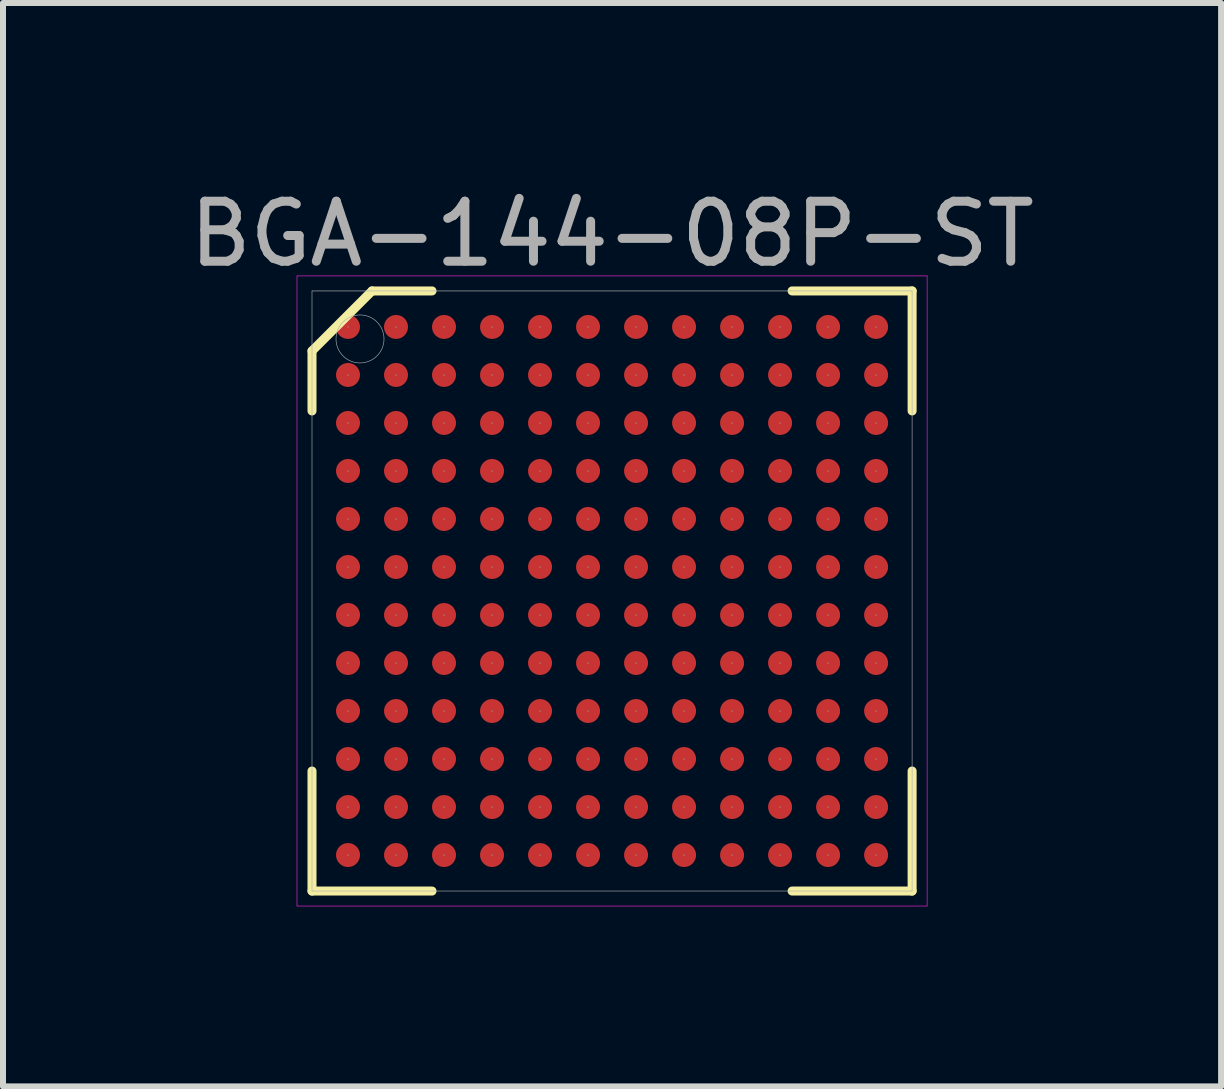
<source format=kicad_pcb>
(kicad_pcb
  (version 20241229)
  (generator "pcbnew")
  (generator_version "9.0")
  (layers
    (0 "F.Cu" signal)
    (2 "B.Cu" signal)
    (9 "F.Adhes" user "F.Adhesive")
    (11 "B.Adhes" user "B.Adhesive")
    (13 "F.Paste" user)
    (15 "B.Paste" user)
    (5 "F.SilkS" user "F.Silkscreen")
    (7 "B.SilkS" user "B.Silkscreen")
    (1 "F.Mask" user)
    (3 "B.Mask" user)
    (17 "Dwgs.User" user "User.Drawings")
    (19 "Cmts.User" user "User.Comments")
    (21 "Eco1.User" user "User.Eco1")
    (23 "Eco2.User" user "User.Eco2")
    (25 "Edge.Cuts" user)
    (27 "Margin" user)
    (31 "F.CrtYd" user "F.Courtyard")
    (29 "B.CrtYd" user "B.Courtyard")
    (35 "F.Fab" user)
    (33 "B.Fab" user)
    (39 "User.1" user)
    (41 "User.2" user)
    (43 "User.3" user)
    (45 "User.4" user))
  (footprint "BGA-144-08P-ST"
    (layer "F.Cu")
    (at 7.149 6.798)
    (property "Reference" "BGA-144-08P-ST" (at 0 -5.95 0) (layer "F.Fab") (effects (font (size 1 1) (thickness 0.15))))
    (attr through_hole)
    (fp_line (start -5 -4) (end -4 -5) (stroke (width 0.15) (type solid)) (layer "F.SilkS"))
    (fp_line (start -5 -3) (end -5 -4) (stroke (width 0.15) (type solid)) (layer "F.SilkS"))
    (fp_line (start -5 5) (end -5 3) (stroke (width 0.15) (type solid)) (layer "F.SilkS"))
    (fp_line (start -3 -5) (end -4 -5) (stroke (width 0.15) (type solid)) (layer "F.SilkS"))
    (fp_line (start -3 5) (end -5 5) (stroke (width 0.15) (type solid)) (layer "F.SilkS"))
    (fp_line (start 3 -5) (end 5 -5) (stroke (width 0.15) (type solid)) (layer "F.SilkS"))
    (fp_line (start 3 5) (end 5 5) (stroke (width 0.15) (type solid)) (layer "F.SilkS"))
    (fp_line (start 5 -5) (end 5 -3) (stroke (width 0.15) (type solid)) (layer "F.SilkS"))
    (fp_line (start 5 5) (end 5 3) (stroke (width 0.15) (type solid)) (layer "F.SilkS"))
    (fp_line (start -5.25 -5.25) (end 5.25 -5.25) (stroke (width 0.01) (type solid)) (layer "F.CrtYd"))
    (fp_line (start -5.25 5.25) (end -5.25 -5.25) (stroke (width 0.01) (type solid)) (layer "F.CrtYd"))
    (fp_line (start 5.25 -5.25) (end 5.25 5.25) (stroke (width 0.01) (type solid)) (layer "F.CrtYd"))
    (fp_line (start 5.25 5.25) (end -5.25 5.25) (stroke (width 0.01) (type solid)) (layer "F.CrtYd"))
    (fp_line (start -5 -5) (end 5 -5) (stroke (width 0.01) (type solid)) (layer "F.Fab"))
    (fp_line (start -5 5) (end -5 -5) (stroke (width 0.01) (type solid)) (layer "F.Fab"))
    (fp_line (start 5 -5) (end 5 5) (stroke (width 0.01) (type solid)) (layer "F.Fab"))
    (fp_line (start 5 5) (end -5 5) (stroke (width 0.01) (type solid)) (layer "F.Fab"))
    (fp_circle (center -4.4 -4.4) (end -4.4 -4.4) (stroke (width 0.01) (type solid)) (fill no) (layer "F.Fab"))
    (fp_circle (center -4.4 -3.6) (end -4.4 -3.6) (stroke (width 0.01) (type solid)) (fill no) (layer "F.Fab"))
    (fp_circle (center -4.4 -2.8) (end -4.4 -2.8) (stroke (width 0.01) (type solid)) (fill no) (layer "F.Fab"))
    (fp_circle (center -4.4 -2) (end -4.4 -2) (stroke (width 0.01) (type solid)) (fill no) (layer "F.Fab"))
    (fp_circle (center -4.4 -1.2) (end -4.4 -1.2) (stroke (width 0.01) (type solid)) (fill no) (layer "F.Fab"))
    (fp_circle (center -4.4 -0.4) (end -4.4 -0.4) (stroke (width 0.01) (type solid)) (fill no) (layer "F.Fab"))
    (fp_circle (center -4.4 0.4) (end -4.4 0.4) (stroke (width 0.01) (type solid)) (fill no) (layer "F.Fab"))
    (fp_circle (center -4.4 1.2) (end -4.4 1.2) (stroke (width 0.01) (type solid)) (fill no) (layer "F.Fab"))
    (fp_circle (center -4.4 2) (end -4.4 2) (stroke (width 0.01) (type solid)) (fill no) (layer "F.Fab"))
    (fp_circle (center -4.4 2.8) (end -4.4 2.8) (stroke (width 0.01) (type solid)) (fill no) (layer "F.Fab"))
    (fp_circle (center -4.4 3.6) (end -4.4 3.6) (stroke (width 0.01) (type solid)) (fill no) (layer "F.Fab"))
    (fp_circle (center -4.4 4.4) (end -4.4 4.4) (stroke (width 0.01) (type solid)) (fill no) (layer "F.Fab"))
    (fp_circle (center -4.2 -4.2) (end -4.2 -3.8) (stroke (width 0.01) (type solid)) (fill no) (layer "F.Fab"))
    (fp_circle (center -3.6 -4.4) (end -3.6 -4.4) (stroke (width 0.01) (type solid)) (fill no) (layer "F.Fab"))
    (fp_circle (center -3.6 -3.6) (end -3.6 -3.6) (stroke (width 0.01) (type solid)) (fill no) (layer "F.Fab"))
    (fp_circle (center -3.6 -2.8) (end -3.6 -2.8) (stroke (width 0.01) (type solid)) (fill no) (layer "F.Fab"))
    (fp_circle (center -3.6 -2) (end -3.6 -2) (stroke (width 0.01) (type solid)) (fill no) (layer "F.Fab"))
    (fp_circle (center -3.6 -1.2) (end -3.6 -1.2) (stroke (width 0.01) (type solid)) (fill no) (layer "F.Fab"))
    (fp_circle (center -3.6 -0.4) (end -3.6 -0.4) (stroke (width 0.01) (type solid)) (fill no) (layer "F.Fab"))
    (fp_circle (center -3.6 0.4) (end -3.6 0.4) (stroke (width 0.01) (type solid)) (fill no) (layer "F.Fab"))
    (fp_circle (center -3.6 1.2) (end -3.6 1.2) (stroke (width 0.01) (type solid)) (fill no) (layer "F.Fab"))
    (fp_circle (center -3.6 2) (end -3.6 2) (stroke (width 0.01) (type solid)) (fill no) (layer "F.Fab"))
    (fp_circle (center -3.6 2.8) (end -3.6 2.8) (stroke (width 0.01) (type solid)) (fill no) (layer "F.Fab"))
    (fp_circle (center -3.6 3.6) (end -3.6 3.6) (stroke (width 0.01) (type solid)) (fill no) (layer "F.Fab"))
    (fp_circle (center -3.6 4.4) (end -3.6 4.4) (stroke (width 0.01) (type solid)) (fill no) (layer "F.Fab"))
    (fp_circle (center -2.8 -4.4) (end -2.8 -4.4) (stroke (width 0.01) (type solid)) (fill no) (layer "F.Fab"))
    (fp_circle (center -2.8 -3.6) (end -2.8 -3.6) (stroke (width 0.01) (type solid)) (fill no) (layer "F.Fab"))
    (fp_circle (center -2.8 -2.8) (end -2.8 -2.8) (stroke (width 0.01) (type solid)) (fill no) (layer "F.Fab"))
    (fp_circle (center -2.8 -2) (end -2.8 -2) (stroke (width 0.01) (type solid)) (fill no) (layer "F.Fab"))
    (fp_circle (center -2.8 -1.2) (end -2.8 -1.2) (stroke (width 0.01) (type solid)) (fill no) (layer "F.Fab"))
    (fp_circle (center -2.8 -0.4) (end -2.8 -0.4) (stroke (width 0.01) (type solid)) (fill no) (layer "F.Fab"))
    (fp_circle (center -2.8 0.4) (end -2.8 0.4) (stroke (width 0.01) (type solid)) (fill no) (layer "F.Fab"))
    (fp_circle (center -2.8 1.2) (end -2.8 1.2) (stroke (width 0.01) (type solid)) (fill no) (layer "F.Fab"))
    (fp_circle (center -2.8 2) (end -2.8 2) (stroke (width 0.01) (type solid)) (fill no) (layer "F.Fab"))
    (fp_circle (center -2.8 2.8) (end -2.8 2.8) (stroke (width 0.01) (type solid)) (fill no) (layer "F.Fab"))
    (fp_circle (center -2.8 3.6) (end -2.8 3.6) (stroke (width 0.01) (type solid)) (fill no) (layer "F.Fab"))
    (fp_circle (center -2.8 4.4) (end -2.8 4.4) (stroke (width 0.01) (type solid)) (fill no) (layer "F.Fab"))
    (fp_circle (center -2 -4.4) (end -2 -4.4) (stroke (width 0.01) (type solid)) (fill no) (layer "F.Fab"))
    (fp_circle (center -2 -3.6) (end -2 -3.6) (stroke (width 0.01) (type solid)) (fill no) (layer "F.Fab"))
    (fp_circle (center -2 -2.8) (end -2 -2.8) (stroke (width 0.01) (type solid)) (fill no) (layer "F.Fab"))
    (fp_circle (center -2 -2) (end -2 -2) (stroke (width 0.01) (type solid)) (fill no) (layer "F.Fab"))
    (fp_circle (center -2 -1.2) (end -2 -1.2) (stroke (width 0.01) (type solid)) (fill no) (layer "F.Fab"))
    (fp_circle (center -2 -0.4) (end -2 -0.4) (stroke (width 0.01) (type solid)) (fill no) (layer "F.Fab"))
    (fp_circle (center -2 0.4) (end -2 0.4) (stroke (width 0.01) (type solid)) (fill no) (layer "F.Fab"))
    (fp_circle (center -2 1.2) (end -2 1.2) (stroke (width 0.01) (type solid)) (fill no) (layer "F.Fab"))
    (fp_circle (center -2 2) (end -2 2) (stroke (width 0.01) (type solid)) (fill no) (layer "F.Fab"))
    (fp_circle (center -2 2.8) (end -2 2.8) (stroke (width 0.01) (type solid)) (fill no) (layer "F.Fab"))
    (fp_circle (center -2 3.6) (end -2 3.6) (stroke (width 0.01) (type solid)) (fill no) (layer "F.Fab"))
    (fp_circle (center -2 4.4) (end -2 4.4) (stroke (width 0.01) (type solid)) (fill no) (layer "F.Fab"))
    (fp_circle (center -1.2 -4.4) (end -1.2 -4.4) (stroke (width 0.01) (type solid)) (fill no) (layer "F.Fab"))
    (fp_circle (center -1.2 -3.6) (end -1.2 -3.6) (stroke (width 0.01) (type solid)) (fill no) (layer "F.Fab"))
    (fp_circle (center -1.2 -2.8) (end -1.2 -2.8) (stroke (width 0.01) (type solid)) (fill no) (layer "F.Fab"))
    (fp_circle (center -1.2 -2) (end -1.2 -2) (stroke (width 0.01) (type solid)) (fill no) (layer "F.Fab"))
    (fp_circle (center -1.2 -1.2) (end -1.2 -1.2) (stroke (width 0.01) (type solid)) (fill no) (layer "F.Fab"))
    (fp_circle (center -1.2 -0.4) (end -1.2 -0.4) (stroke (width 0.01) (type solid)) (fill no) (layer "F.Fab"))
    (fp_circle (center -1.2 0.4) (end -1.2 0.4) (stroke (width 0.01) (type solid)) (fill no) (layer "F.Fab"))
    (fp_circle (center -1.2 1.2) (end -1.2 1.2) (stroke (width 0.01) (type solid)) (fill no) (layer "F.Fab"))
    (fp_circle (center -1.2 2) (end -1.2 2) (stroke (width 0.01) (type solid)) (fill no) (layer "F.Fab"))
    (fp_circle (center -1.2 2.8) (end -1.2 2.8) (stroke (width 0.01) (type solid)) (fill no) (layer "F.Fab"))
    (fp_circle (center -1.2 3.6) (end -1.2 3.6) (stroke (width 0.01) (type solid)) (fill no) (layer "F.Fab"))
    (fp_circle (center -1.2 4.4) (end -1.2 4.4) (stroke (width 0.01) (type solid)) (fill no) (layer "F.Fab"))
    (fp_circle (center -0.4 -4.4) (end -0.4 -4.4) (stroke (width 0.01) (type solid)) (fill no) (layer "F.Fab"))
    (fp_circle (center -0.4 -3.6) (end -0.4 -3.6) (stroke (width 0.01) (type solid)) (fill no) (layer "F.Fab"))
    (fp_circle (center -0.4 -2.8) (end -0.4 -2.8) (stroke (width 0.01) (type solid)) (fill no) (layer "F.Fab"))
    (fp_circle (center -0.4 -2) (end -0.4 -2) (stroke (width 0.01) (type solid)) (fill no) (layer "F.Fab"))
    (fp_circle (center -0.4 -1.2) (end -0.4 -1.2) (stroke (width 0.01) (type solid)) (fill no) (layer "F.Fab"))
    (fp_circle (center -0.4 -0.4) (end -0.4 -0.4) (stroke (width 0.01) (type solid)) (fill no) (layer "F.Fab"))
    (fp_circle (center -0.4 0.4) (end -0.4 0.4) (stroke (width 0.01) (type solid)) (fill no) (layer "F.Fab"))
    (fp_circle (center -0.4 1.2) (end -0.4 1.2) (stroke (width 0.01) (type solid)) (fill no) (layer "F.Fab"))
    (fp_circle (center -0.4 2) (end -0.4 2) (stroke (width 0.01) (type solid)) (fill no) (layer "F.Fab"))
    (fp_circle (center -0.4 2.8) (end -0.4 2.8) (stroke (width 0.01) (type solid)) (fill no) (layer "F.Fab"))
    (fp_circle (center -0.4 3.6) (end -0.4 3.6) (stroke (width 0.01) (type solid)) (fill no) (layer "F.Fab"))
    (fp_circle (center -0.4 4.4) (end -0.4 4.4) (stroke (width 0.01) (type solid)) (fill no) (layer "F.Fab"))
    (fp_circle (center 0.4 -4.4) (end 0.4 -4.4) (stroke (width 0.01) (type solid)) (fill no) (layer "F.Fab"))
    (fp_circle (center 0.4 -3.6) (end 0.4 -3.6) (stroke (width 0.01) (type solid)) (fill no) (layer "F.Fab"))
    (fp_circle (center 0.4 -2.8) (end 0.4 -2.8) (stroke (width 0.01) (type solid)) (fill no) (layer "F.Fab"))
    (fp_circle (center 0.4 -2) (end 0.4 -2) (stroke (width 0.01) (type solid)) (fill no) (layer "F.Fab"))
    (fp_circle (center 0.4 -1.2) (end 0.4 -1.2) (stroke (width 0.01) (type solid)) (fill no) (layer "F.Fab"))
    (fp_circle (center 0.4 -0.4) (end 0.4 -0.4) (stroke (width 0.01) (type solid)) (fill no) (layer "F.Fab"))
    (fp_circle (center 0.4 0.4) (end 0.4 0.4) (stroke (width 0.01) (type solid)) (fill no) (layer "F.Fab"))
    (fp_circle (center 0.4 1.2) (end 0.4 1.2) (stroke (width 0.01) (type solid)) (fill no) (layer "F.Fab"))
    (fp_circle (center 0.4 2) (end 0.4 2) (stroke (width 0.01) (type solid)) (fill no) (layer "F.Fab"))
    (fp_circle (center 0.4 2.8) (end 0.4 2.8) (stroke (width 0.01) (type solid)) (fill no) (layer "F.Fab"))
    (fp_circle (center 0.4 3.6) (end 0.4 3.6) (stroke (width 0.01) (type solid)) (fill no) (layer "F.Fab"))
    (fp_circle (center 0.4 4.4) (end 0.4 4.4) (stroke (width 0.01) (type solid)) (fill no) (layer "F.Fab"))
    (fp_circle (center 1.2 -4.4) (end 1.2 -4.4) (stroke (width 0.01) (type solid)) (fill no) (layer "F.Fab"))
    (fp_circle (center 1.2 -3.6) (end 1.2 -3.6) (stroke (width 0.01) (type solid)) (fill no) (layer "F.Fab"))
    (fp_circle (center 1.2 -2.8) (end 1.2 -2.8) (stroke (width 0.01) (type solid)) (fill no) (layer "F.Fab"))
    (fp_circle (center 1.2 -2) (end 1.2 -2) (stroke (width 0.01) (type solid)) (fill no) (layer "F.Fab"))
    (fp_circle (center 1.2 -1.2) (end 1.2 -1.2) (stroke (width 0.01) (type solid)) (fill no) (layer "F.Fab"))
    (fp_circle (center 1.2 -0.4) (end 1.2 -0.4) (stroke (width 0.01) (type solid)) (fill no) (layer "F.Fab"))
    (fp_circle (center 1.2 0.4) (end 1.2 0.4) (stroke (width 0.01) (type solid)) (fill no) (layer "F.Fab"))
    (fp_circle (center 1.2 1.2) (end 1.2 1.2) (stroke (width 0.01) (type solid)) (fill no) (layer "F.Fab"))
    (fp_circle (center 1.2 2) (end 1.2 2) (stroke (width 0.01) (type solid)) (fill no) (layer "F.Fab"))
    (fp_circle (center 1.2 2.8) (end 1.2 2.8) (stroke (width 0.01) (type solid)) (fill no) (layer "F.Fab"))
    (fp_circle (center 1.2 3.6) (end 1.2 3.6) (stroke (width 0.01) (type solid)) (fill no) (layer "F.Fab"))
    (fp_circle (center 1.2 4.4) (end 1.2 4.4) (stroke (width 0.01) (type solid)) (fill no) (layer "F.Fab"))
    (fp_circle (center 2 -4.4) (end 2 -4.4) (stroke (width 0.01) (type solid)) (fill no) (layer "F.Fab"))
    (fp_circle (center 2 -3.6) (end 2 -3.6) (stroke (width 0.01) (type solid)) (fill no) (layer "F.Fab"))
    (fp_circle (center 2 -2.8) (end 2 -2.8) (stroke (width 0.01) (type solid)) (fill no) (layer "F.Fab"))
    (fp_circle (center 2 -2) (end 2 -2) (stroke (width 0.01) (type solid)) (fill no) (layer "F.Fab"))
    (fp_circle (center 2 -1.2) (end 2 -1.2) (stroke (width 0.01) (type solid)) (fill no) (layer "F.Fab"))
    (fp_circle (center 2 -0.4) (end 2 -0.4) (stroke (width 0.01) (type solid)) (fill no) (layer "F.Fab"))
    (fp_circle (center 2 0.4) (end 2 0.4) (stroke (width 0.01) (type solid)) (fill no) (layer "F.Fab"))
    (fp_circle (center 2 1.2) (end 2 1.2) (stroke (width 0.01) (type solid)) (fill no) (layer "F.Fab"))
    (fp_circle (center 2 2) (end 2 2) (stroke (width 0.01) (type solid)) (fill no) (layer "F.Fab"))
    (fp_circle (center 2 2.8) (end 2 2.8) (stroke (width 0.01) (type solid)) (fill no) (layer "F.Fab"))
    (fp_circle (center 2 3.6) (end 2 3.6) (stroke (width 0.01) (type solid)) (fill no) (layer "F.Fab"))
    (fp_circle (center 2 4.4) (end 2 4.4) (stroke (width 0.01) (type solid)) (fill no) (layer "F.Fab"))
    (fp_circle (center 2.8 -4.4) (end 2.8 -4.4) (stroke (width 0.01) (type solid)) (fill no) (layer "F.Fab"))
    (fp_circle (center 2.8 -3.6) (end 2.8 -3.6) (stroke (width 0.01) (type solid)) (fill no) (layer "F.Fab"))
    (fp_circle (center 2.8 -2.8) (end 2.8 -2.8) (stroke (width 0.01) (type solid)) (fill no) (layer "F.Fab"))
    (fp_circle (center 2.8 -2) (end 2.8 -2) (stroke (width 0.01) (type solid)) (fill no) (layer "F.Fab"))
    (fp_circle (center 2.8 -1.2) (end 2.8 -1.2) (stroke (width 0.01) (type solid)) (fill no) (layer "F.Fab"))
    (fp_circle (center 2.8 -0.4) (end 2.8 -0.4) (stroke (width 0.01) (type solid)) (fill no) (layer "F.Fab"))
    (fp_circle (center 2.8 0.4) (end 2.8 0.4) (stroke (width 0.01) (type solid)) (fill no) (layer "F.Fab"))
    (fp_circle (center 2.8 1.2) (end 2.8 1.2) (stroke (width 0.01) (type solid)) (fill no) (layer "F.Fab"))
    (fp_circle (center 2.8 2) (end 2.8 2) (stroke (width 0.01) (type solid)) (fill no) (layer "F.Fab"))
    (fp_circle (center 2.8 2.8) (end 2.8 2.8) (stroke (width 0.01) (type solid)) (fill no) (layer "F.Fab"))
    (fp_circle (center 2.8 3.6) (end 2.8 3.6) (stroke (width 0.01) (type solid)) (fill no) (layer "F.Fab"))
    (fp_circle (center 2.8 4.4) (end 2.8 4.4) (stroke (width 0.01) (type solid)) (fill no) (layer "F.Fab"))
    (fp_circle (center 3.6 -4.4) (end 3.6 -4.4) (stroke (width 0.01) (type solid)) (fill no) (layer "F.Fab"))
    (fp_circle (center 3.6 -3.6) (end 3.6 -3.6) (stroke (width 0.01) (type solid)) (fill no) (layer "F.Fab"))
    (fp_circle (center 3.6 -2.8) (end 3.6 -2.8) (stroke (width 0.01) (type solid)) (fill no) (layer "F.Fab"))
    (fp_circle (center 3.6 -2) (end 3.6 -2) (stroke (width 0.01) (type solid)) (fill no) (layer "F.Fab"))
    (fp_circle (center 3.6 -1.2) (end 3.6 -1.2) (stroke (width 0.01) (type solid)) (fill no) (layer "F.Fab"))
    (fp_circle (center 3.6 -0.4) (end 3.6 -0.4) (stroke (width 0.01) (type solid)) (fill no) (layer "F.Fab"))
    (fp_circle (center 3.6 0.4) (end 3.6 0.4) (stroke (width 0.01) (type solid)) (fill no) (layer "F.Fab"))
    (fp_circle (center 3.6 1.2) (end 3.6 1.2) (stroke (width 0.01) (type solid)) (fill no) (layer "F.Fab"))
    (fp_circle (center 3.6 2) (end 3.6 2) (stroke (width 0.01) (type solid)) (fill no) (layer "F.Fab"))
    (fp_circle (center 3.6 2.8) (end 3.6 2.8) (stroke (width 0.01) (type solid)) (fill no) (layer "F.Fab"))
    (fp_circle (center 3.6 3.6) (end 3.6 3.6) (stroke (width 0.01) (type solid)) (fill no) (layer "F.Fab"))
    (fp_circle (center 3.6 4.4) (end 3.6 4.4) (stroke (width 0.01) (type solid)) (fill no) (layer "F.Fab"))
    (fp_circle (center 4.4 -4.4) (end 4.4 -4.4) (stroke (width 0.01) (type solid)) (fill no) (layer "F.Fab"))
    (fp_circle (center 4.4 -3.6) (end 4.4 -3.6) (stroke (width 0.01) (type solid)) (fill no) (layer "F.Fab"))
    (fp_circle (center 4.4 -2.8) (end 4.4 -2.8) (stroke (width 0.01) (type solid)) (fill no) (layer "F.Fab"))
    (fp_circle (center 4.4 -2) (end 4.4 -2) (stroke (width 0.01) (type solid)) (fill no) (layer "F.Fab"))
    (fp_circle (center 4.4 -1.2) (end 4.4 -1.2) (stroke (width 0.01) (type solid)) (fill no) (layer "F.Fab"))
    (fp_circle (center 4.4 -0.4) (end 4.4 -0.4) (stroke (width 0.01) (type solid)) (fill no) (layer "F.Fab"))
    (fp_circle (center 4.4 0.4) (end 4.4 0.4) (stroke (width 0.01) (type solid)) (fill no) (layer "F.Fab"))
    (fp_circle (center 4.4 1.2) (end 4.4 1.2) (stroke (width 0.01) (type solid)) (fill no) (layer "F.Fab"))
    (fp_circle (center 4.4 2) (end 4.4 2) (stroke (width 0.01) (type solid)) (fill no) (layer "F.Fab"))
    (fp_circle (center 4.4 2.8) (end 4.4 2.8) (stroke (width 0.01) (type solid)) (fill no) (layer "F.Fab"))
    (fp_circle (center 4.4 3.6) (end 4.4 3.6) (stroke (width 0.01) (type solid)) (fill no) (layer "F.Fab"))
    (fp_circle (center 4.4 4.4) (end 4.4 4.4) (stroke (width 0.01) (type solid)) (fill no) (layer "F.Fab"))
    (pad "A1" smd circle (at -4.4 -4.4) (size 0.4 0.4) (layers "F.Cu" "F.Mask" "F.Paste"))
    (pad "A2" smd circle (at -3.6 -4.4) (size 0.4 0.4) (layers "F.Cu" "F.Mask" "F.Paste"))
    (pad "A3" smd circle (at -2.8 -4.4) (size 0.4 0.4) (layers "F.Cu" "F.Mask" "F.Paste"))
    (pad "A4" smd circle (at -2 -4.4) (size 0.4 0.4) (layers "F.Cu" "F.Mask" "F.Paste"))
    (pad "A5" smd circle (at -1.2 -4.4) (size 0.4 0.4) (layers "F.Cu" "F.Mask" "F.Paste"))
    (pad "A6" smd circle (at -0.4 -4.4) (size 0.4 0.4) (layers "F.Cu" "F.Mask" "F.Paste"))
    (pad "A7" smd circle (at 0.4 -4.4) (size 0.4 0.4) (layers "F.Cu" "F.Mask" "F.Paste"))
    (pad "A8" smd circle (at 1.2 -4.4) (size 0.4 0.4) (layers "F.Cu" "F.Mask" "F.Paste"))
    (pad "A9" smd circle (at 2 -4.4) (size 0.4 0.4) (layers "F.Cu" "F.Mask" "F.Paste"))
    (pad "A10" smd circle (at 2.8 -4.4) (size 0.4 0.4) (layers "F.Cu" "F.Mask" "F.Paste"))
    (pad "A11" smd circle (at 3.6 -4.4) (size 0.4 0.4) (layers "F.Cu" "F.Mask" "F.Paste"))
    (pad "A12" smd circle (at 4.4 -4.4) (size 0.4 0.4) (layers "F.Cu" "F.Mask" "F.Paste"))
    (pad "B1" smd circle (at -4.4 -3.6) (size 0.4 0.4) (layers "F.Cu" "F.Mask" "F.Paste"))
    (pad "B2" smd circle (at -3.6 -3.6) (size 0.4 0.4) (layers "F.Cu" "F.Mask" "F.Paste"))
    (pad "B3" smd circle (at -2.8 -3.6) (size 0.4 0.4) (layers "F.Cu" "F.Mask" "F.Paste"))
    (pad "B4" smd circle (at -2 -3.6) (size 0.4 0.4) (layers "F.Cu" "F.Mask" "F.Paste"))
    (pad "B5" smd circle (at -1.2 -3.6) (size 0.4 0.4) (layers "F.Cu" "F.Mask" "F.Paste"))
    (pad "B6" smd circle (at -0.4 -3.6) (size 0.4 0.4) (layers "F.Cu" "F.Mask" "F.Paste"))
    (pad "B7" smd circle (at 0.4 -3.6) (size 0.4 0.4) (layers "F.Cu" "F.Mask" "F.Paste"))
    (pad "B8" smd circle (at 1.2 -3.6) (size 0.4 0.4) (layers "F.Cu" "F.Mask" "F.Paste"))
    (pad "B9" smd circle (at 2 -3.6) (size 0.4 0.4) (layers "F.Cu" "F.Mask" "F.Paste"))
    (pad "B10" smd circle (at 2.8 -3.6) (size 0.4 0.4) (layers "F.Cu" "F.Mask" "F.Paste"))
    (pad "B11" smd circle (at 3.6 -3.6) (size 0.4 0.4) (layers "F.Cu" "F.Mask" "F.Paste"))
    (pad "B12" smd circle (at 4.4 -3.6) (size 0.4 0.4) (layers "F.Cu" "F.Mask" "F.Paste"))
    (pad "C1" smd circle (at -4.4 -2.8) (size 0.4 0.4) (layers "F.Cu" "F.Mask" "F.Paste"))
    (pad "C2" smd circle (at -3.6 -2.8) (size 0.4 0.4) (layers "F.Cu" "F.Mask" "F.Paste"))
    (pad "C3" smd circle (at -2.8 -2.8) (size 0.4 0.4) (layers "F.Cu" "F.Mask" "F.Paste"))
    (pad "C4" smd circle (at -2 -2.8) (size 0.4 0.4) (layers "F.Cu" "F.Mask" "F.Paste"))
    (pad "C5" smd circle (at -1.2 -2.8) (size 0.4 0.4) (layers "F.Cu" "F.Mask" "F.Paste"))
    (pad "C6" smd circle (at -0.4 -2.8) (size 0.4 0.4) (layers "F.Cu" "F.Mask" "F.Paste"))
    (pad "C7" smd circle (at 0.4 -2.8) (size 0.4 0.4) (layers "F.Cu" "F.Mask" "F.Paste"))
    (pad "C8" smd circle (at 1.2 -2.8) (size 0.4 0.4) (layers "F.Cu" "F.Mask" "F.Paste"))
    (pad "C9" smd circle (at 2 -2.8) (size 0.4 0.4) (layers "F.Cu" "F.Mask" "F.Paste"))
    (pad "C10" smd circle (at 2.8 -2.8) (size 0.4 0.4) (layers "F.Cu" "F.Mask" "F.Paste"))
    (pad "C11" smd circle (at 3.6 -2.8) (size 0.4 0.4) (layers "F.Cu" "F.Mask" "F.Paste"))
    (pad "C12" smd circle (at 4.4 -2.8) (size 0.4 0.4) (layers "F.Cu" "F.Mask" "F.Paste"))
    (pad "D1" smd circle (at -4.4 -2) (size 0.4 0.4) (layers "F.Cu" "F.Mask" "F.Paste"))
    (pad "D2" smd circle (at -3.6 -2) (size 0.4 0.4) (layers "F.Cu" "F.Mask" "F.Paste"))
    (pad "D3" smd circle (at -2.8 -2) (size 0.4 0.4) (layers "F.Cu" "F.Mask" "F.Paste"))
    (pad "D4" smd circle (at -2 -2) (size 0.4 0.4) (layers "F.Cu" "F.Mask" "F.Paste"))
    (pad "D5" smd circle (at -1.2 -2) (size 0.4 0.4) (layers "F.Cu" "F.Mask" "F.Paste"))
    (pad "D6" smd circle (at -0.4 -2) (size 0.4 0.4) (layers "F.Cu" "F.Mask" "F.Paste"))
    (pad "D7" smd circle (at 0.4 -2) (size 0.4 0.4) (layers "F.Cu" "F.Mask" "F.Paste"))
    (pad "D8" smd circle (at 1.2 -2) (size 0.4 0.4) (layers "F.Cu" "F.Mask" "F.Paste"))
    (pad "D9" smd circle (at 2 -2) (size 0.4 0.4) (layers "F.Cu" "F.Mask" "F.Paste"))
    (pad "D10" smd circle (at 2.8 -2) (size 0.4 0.4) (layers "F.Cu" "F.Mask" "F.Paste"))
    (pad "D11" smd circle (at 3.6 -2) (size 0.4 0.4) (layers "F.Cu" "F.Mask" "F.Paste"))
    (pad "D12" smd circle (at 4.4 -2) (size 0.4 0.4) (layers "F.Cu" "F.Mask" "F.Paste"))
    (pad "E1" smd circle (at -4.4 -1.2) (size 0.4 0.4) (layers "F.Cu" "F.Mask" "F.Paste"))
    (pad "E2" smd circle (at -3.6 -1.2) (size 0.4 0.4) (layers "F.Cu" "F.Mask" "F.Paste"))
    (pad "E3" smd circle (at -2.8 -1.2) (size 0.4 0.4) (layers "F.Cu" "F.Mask" "F.Paste"))
    (pad "E4" smd circle (at -2 -1.2) (size 0.4 0.4) (layers "F.Cu" "F.Mask" "F.Paste"))
    (pad "E5" smd circle (at -1.2 -1.2) (size 0.4 0.4) (layers "F.Cu" "F.Mask" "F.Paste"))
    (pad "E6" smd circle (at -0.4 -1.2) (size 0.4 0.4) (layers "F.Cu" "F.Mask" "F.Paste"))
    (pad "E7" smd circle (at 0.4 -1.2) (size 0.4 0.4) (layers "F.Cu" "F.Mask" "F.Paste"))
    (pad "E8" smd circle (at 1.2 -1.2) (size 0.4 0.4) (layers "F.Cu" "F.Mask" "F.Paste"))
    (pad "E9" smd circle (at 2 -1.2) (size 0.4 0.4) (layers "F.Cu" "F.Mask" "F.Paste"))
    (pad "E10" smd circle (at 2.8 -1.2) (size 0.4 0.4) (layers "F.Cu" "F.Mask" "F.Paste"))
    (pad "E11" smd circle (at 3.6 -1.2) (size 0.4 0.4) (layers "F.Cu" "F.Mask" "F.Paste"))
    (pad "E12" smd circle (at 4.4 -1.2) (size 0.4 0.4) (layers "F.Cu" "F.Mask" "F.Paste"))
    (pad "F1" smd circle (at -4.4 -0.4) (size 0.4 0.4) (layers "F.Cu" "F.Mask" "F.Paste"))
    (pad "F2" smd circle (at -3.6 -0.4) (size 0.4 0.4) (layers "F.Cu" "F.Mask" "F.Paste"))
    (pad "F3" smd circle (at -2.8 -0.4) (size 0.4 0.4) (layers "F.Cu" "F.Mask" "F.Paste"))
    (pad "F4" smd circle (at -2 -0.4) (size 0.4 0.4) (layers "F.Cu" "F.Mask" "F.Paste"))
    (pad "F5" smd circle (at -1.2 -0.4) (size 0.4 0.4) (layers "F.Cu" "F.Mask" "F.Paste"))
    (pad "F6" smd circle (at -0.4 -0.4) (size 0.4 0.4) (layers "F.Cu" "F.Mask" "F.Paste"))
    (pad "F7" smd circle (at 0.4 -0.4) (size 0.4 0.4) (layers "F.Cu" "F.Mask" "F.Paste"))
    (pad "F8" smd circle (at 1.2 -0.4) (size 0.4 0.4) (layers "F.Cu" "F.Mask" "F.Paste"))
    (pad "F9" smd circle (at 2 -0.4) (size 0.4 0.4) (layers "F.Cu" "F.Mask" "F.Paste"))
    (pad "F10" smd circle (at 2.8 -0.4) (size 0.4 0.4) (layers "F.Cu" "F.Mask" "F.Paste"))
    (pad "F11" smd circle (at 3.6 -0.4) (size 0.4 0.4) (layers "F.Cu" "F.Mask" "F.Paste"))
    (pad "F12" smd circle (at 4.4 -0.4) (size 0.4 0.4) (layers "F.Cu" "F.Mask" "F.Paste"))
    (pad "G1" smd circle (at -4.4 0.4) (size 0.4 0.4) (layers "F.Cu" "F.Mask" "F.Paste"))
    (pad "G2" smd circle (at -3.6 0.4) (size 0.4 0.4) (layers "F.Cu" "F.Mask" "F.Paste"))
    (pad "G3" smd circle (at -2.8 0.4) (size 0.4 0.4) (layers "F.Cu" "F.Mask" "F.Paste"))
    (pad "G4" smd circle (at -2 0.4) (size 0.4 0.4) (layers "F.Cu" "F.Mask" "F.Paste"))
    (pad "G5" smd circle (at -1.2 0.4) (size 0.4 0.4) (layers "F.Cu" "F.Mask" "F.Paste"))
    (pad "G6" smd circle (at -0.4 0.4) (size 0.4 0.4) (layers "F.Cu" "F.Mask" "F.Paste"))
    (pad "G7" smd circle (at 0.4 0.4) (size 0.4 0.4) (layers "F.Cu" "F.Mask" "F.Paste"))
    (pad "G8" smd circle (at 1.2 0.4) (size 0.4 0.4) (layers "F.Cu" "F.Mask" "F.Paste"))
    (pad "G9" smd circle (at 2 0.4) (size 0.4 0.4) (layers "F.Cu" "F.Mask" "F.Paste"))
    (pad "G10" smd circle (at 2.8 0.4) (size 0.4 0.4) (layers "F.Cu" "F.Mask" "F.Paste"))
    (pad "G11" smd circle (at 3.6 0.4) (size 0.4 0.4) (layers "F.Cu" "F.Mask" "F.Paste"))
    (pad "G12" smd circle (at 4.4 0.4) (size 0.4 0.4) (layers "F.Cu" "F.Mask" "F.Paste"))
    (pad "H1" smd circle (at -4.4 1.2) (size 0.4 0.4) (layers "F.Cu" "F.Mask" "F.Paste"))
    (pad "H2" smd circle (at -3.6 1.2) (size 0.4 0.4) (layers "F.Cu" "F.Mask" "F.Paste"))
    (pad "H3" smd circle (at -2.8 1.2) (size 0.4 0.4) (layers "F.Cu" "F.Mask" "F.Paste"))
    (pad "H4" smd circle (at -2 1.2) (size 0.4 0.4) (layers "F.Cu" "F.Mask" "F.Paste"))
    (pad "H5" smd circle (at -1.2 1.2) (size 0.4 0.4) (layers "F.Cu" "F.Mask" "F.Paste"))
    (pad "H6" smd circle (at -0.4 1.2) (size 0.4 0.4) (layers "F.Cu" "F.Mask" "F.Paste"))
    (pad "H7" smd circle (at 0.4 1.2) (size 0.4 0.4) (layers "F.Cu" "F.Mask" "F.Paste"))
    (pad "H8" smd circle (at 1.2 1.2) (size 0.4 0.4) (layers "F.Cu" "F.Mask" "F.Paste"))
    (pad "H9" smd circle (at 2 1.2) (size 0.4 0.4) (layers "F.Cu" "F.Mask" "F.Paste"))
    (pad "H10" smd circle (at 2.8 1.2) (size 0.4 0.4) (layers "F.Cu" "F.Mask" "F.Paste"))
    (pad "H11" smd circle (at 3.6 1.2) (size 0.4 0.4) (layers "F.Cu" "F.Mask" "F.Paste"))
    (pad "H12" smd circle (at 4.4 1.2) (size 0.4 0.4) (layers "F.Cu" "F.Mask" "F.Paste"))
    (pad "J1" smd circle (at -4.4 2) (size 0.4 0.4) (layers "F.Cu" "F.Mask" "F.Paste"))
    (pad "J2" smd circle (at -3.6 2) (size 0.4 0.4) (layers "F.Cu" "F.Mask" "F.Paste"))
    (pad "J3" smd circle (at -2.8 2) (size 0.4 0.4) (layers "F.Cu" "F.Mask" "F.Paste"))
    (pad "J4" smd circle (at -2 2) (size 0.4 0.4) (layers "F.Cu" "F.Mask" "F.Paste"))
    (pad "J5" smd circle (at -1.2 2) (size 0.4 0.4) (layers "F.Cu" "F.Mask" "F.Paste"))
    (pad "J6" smd circle (at -0.4 2) (size 0.4 0.4) (layers "F.Cu" "F.Mask" "F.Paste"))
    (pad "J7" smd circle (at 0.4 2) (size 0.4 0.4) (layers "F.Cu" "F.Mask" "F.Paste"))
    (pad "J8" smd circle (at 1.2 2) (size 0.4 0.4) (layers "F.Cu" "F.Mask" "F.Paste"))
    (pad "J9" smd circle (at 2 2) (size 0.4 0.4) (layers "F.Cu" "F.Mask" "F.Paste"))
    (pad "J10" smd circle (at 2.8 2) (size 0.4 0.4) (layers "F.Cu" "F.Mask" "F.Paste"))
    (pad "J11" smd circle (at 3.6 2) (size 0.4 0.4) (layers "F.Cu" "F.Mask" "F.Paste"))
    (pad "J12" smd circle (at 4.4 2) (size 0.4 0.4) (layers "F.Cu" "F.Mask" "F.Paste"))
    (pad "K1" smd circle (at -4.4 2.8) (size 0.4 0.4) (layers "F.Cu" "F.Mask" "F.Paste"))
    (pad "K2" smd circle (at -3.6 2.8) (size 0.4 0.4) (layers "F.Cu" "F.Mask" "F.Paste"))
    (pad "K3" smd circle (at -2.8 2.8) (size 0.4 0.4) (layers "F.Cu" "F.Mask" "F.Paste"))
    (pad "K4" smd circle (at -2 2.8) (size 0.4 0.4) (layers "F.Cu" "F.Mask" "F.Paste"))
    (pad "K5" smd circle (at -1.2 2.8) (size 0.4 0.4) (layers "F.Cu" "F.Mask" "F.Paste"))
    (pad "K6" smd circle (at -0.4 2.8) (size 0.4 0.4) (layers "F.Cu" "F.Mask" "F.Paste"))
    (pad "K7" smd circle (at 0.4 2.8) (size 0.4 0.4) (layers "F.Cu" "F.Mask" "F.Paste"))
    (pad "K8" smd circle (at 1.2 2.8) (size 0.4 0.4) (layers "F.Cu" "F.Mask" "F.Paste"))
    (pad "K9" smd circle (at 2 2.8) (size 0.4 0.4) (layers "F.Cu" "F.Mask" "F.Paste"))
    (pad "K10" smd circle (at 2.8 2.8) (size 0.4 0.4) (layers "F.Cu" "F.Mask" "F.Paste"))
    (pad "K11" smd circle (at 3.6 2.8) (size 0.4 0.4) (layers "F.Cu" "F.Mask" "F.Paste"))
    (pad "K12" smd circle (at 4.4 2.8) (size 0.4 0.4) (layers "F.Cu" "F.Mask" "F.Paste"))
    (pad "L1" smd circle (at -4.4 3.6) (size 0.4 0.4) (layers "F.Cu" "F.Mask" "F.Paste"))
    (pad "L2" smd circle (at -3.6 3.6) (size 0.4 0.4) (layers "F.Cu" "F.Mask" "F.Paste"))
    (pad "L3" smd circle (at -2.8 3.6) (size 0.4 0.4) (layers "F.Cu" "F.Mask" "F.Paste"))
    (pad "L4" smd circle (at -2 3.6) (size 0.4 0.4) (layers "F.Cu" "F.Mask" "F.Paste"))
    (pad "L5" smd circle (at -1.2 3.6) (size 0.4 0.4) (layers "F.Cu" "F.Mask" "F.Paste"))
    (pad "L6" smd circle (at -0.4 3.6) (size 0.4 0.4) (layers "F.Cu" "F.Mask" "F.Paste"))
    (pad "L7" smd circle (at 0.4 3.6) (size 0.4 0.4) (layers "F.Cu" "F.Mask" "F.Paste"))
    (pad "L8" smd circle (at 1.2 3.6) (size 0.4 0.4) (layers "F.Cu" "F.Mask" "F.Paste"))
    (pad "L9" smd circle (at 2 3.6) (size 0.4 0.4) (layers "F.Cu" "F.Mask" "F.Paste"))
    (pad "L10" smd circle (at 2.8 3.6) (size 0.4 0.4) (layers "F.Cu" "F.Mask" "F.Paste"))
    (pad "L11" smd circle (at 3.6 3.6) (size 0.4 0.4) (layers "F.Cu" "F.Mask" "F.Paste"))
    (pad "L12" smd circle (at 4.4 3.6) (size 0.4 0.4) (layers "F.Cu" "F.Mask" "F.Paste"))
    (pad "M1" smd circle (at -4.4 4.4) (size 0.4 0.4) (layers "F.Cu" "F.Mask" "F.Paste"))
    (pad "M2" smd circle (at -3.6 4.4) (size 0.4 0.4) (layers "F.Cu" "F.Mask" "F.Paste"))
    (pad "M3" smd circle (at -2.8 4.4) (size 0.4 0.4) (layers "F.Cu" "F.Mask" "F.Paste"))
    (pad "M4" smd circle (at -2 4.4) (size 0.4 0.4) (layers "F.Cu" "F.Mask" "F.Paste"))
    (pad "M5" smd circle (at -1.2 4.4) (size 0.4 0.4) (layers "F.Cu" "F.Mask" "F.Paste"))
    (pad "M6" smd circle (at -0.4 4.4) (size 0.4 0.4) (layers "F.Cu" "F.Mask" "F.Paste"))
    (pad "M7" smd circle (at 0.4 4.4) (size 0.4 0.4) (layers "F.Cu" "F.Mask" "F.Paste"))
    (pad "M8" smd circle (at 1.2 4.4) (size 0.4 0.4) (layers "F.Cu" "F.Mask" "F.Paste"))
    (pad "M9" smd circle (at 2 4.4) (size 0.4 0.4) (layers "F.Cu" "F.Mask" "F.Paste"))
    (pad "M10" smd circle (at 2.8 4.4) (size 0.4 0.4) (layers "F.Cu" "F.Mask" "F.Paste"))
    (pad "M11" smd circle (at 3.6 4.4) (size 0.4 0.4) (layers "F.Cu" "F.Mask" "F.Paste"))
    (pad "M12" smd circle (at 4.4 4.4) (size 0.4 0.4) (layers "F.Cu" "F.Mask" "F.Paste")))
  (gr_rect
    (start -3 -3)
    (end 17.298 15.053)
    (stroke (width 0.1) (type default))
    (fill no)
    (layer "Edge.Cuts")))
</source>
